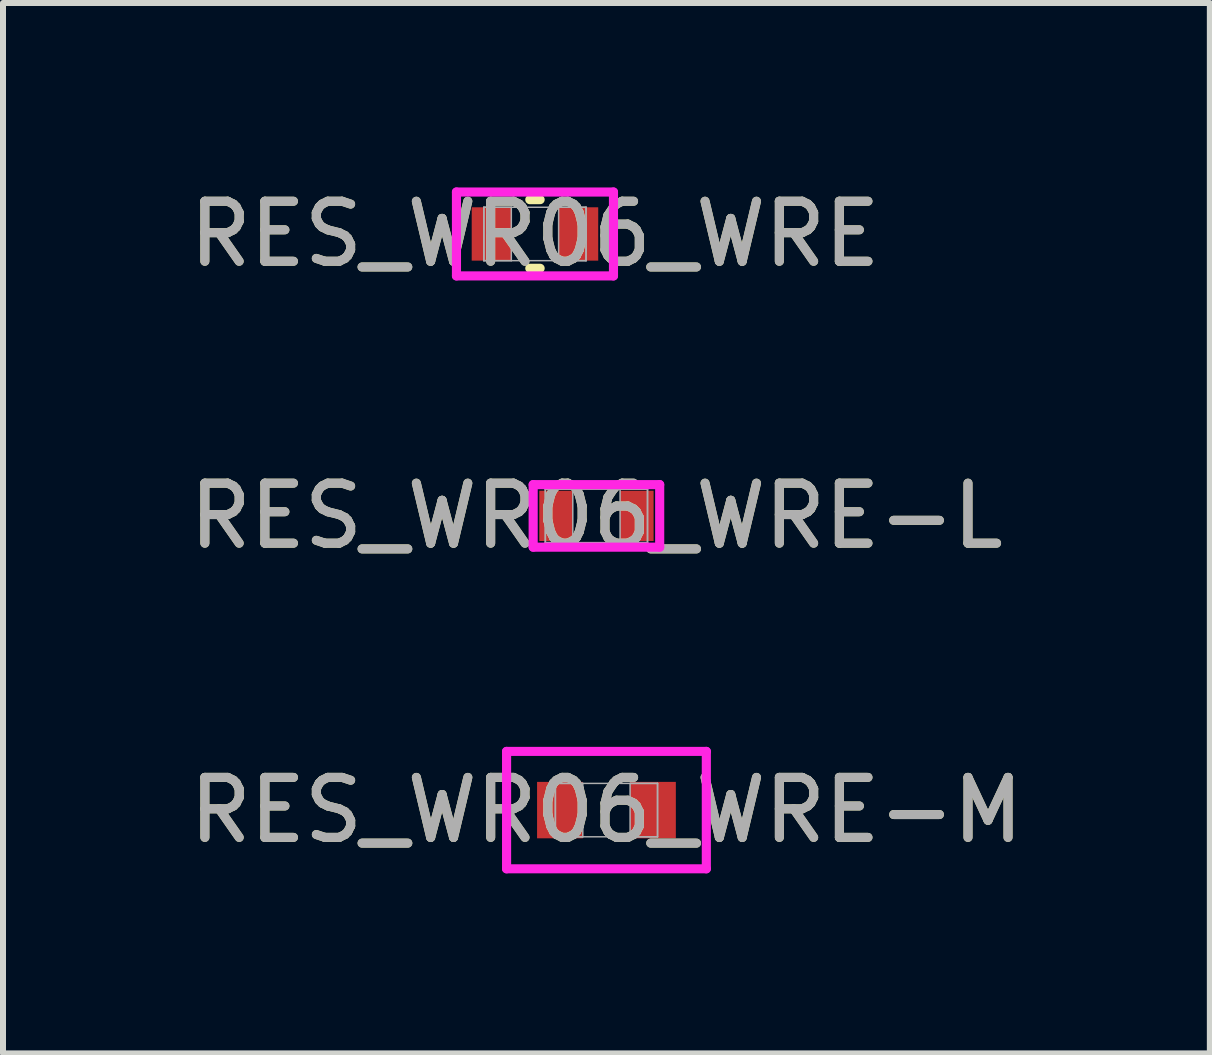
<source format=kicad_pcb>
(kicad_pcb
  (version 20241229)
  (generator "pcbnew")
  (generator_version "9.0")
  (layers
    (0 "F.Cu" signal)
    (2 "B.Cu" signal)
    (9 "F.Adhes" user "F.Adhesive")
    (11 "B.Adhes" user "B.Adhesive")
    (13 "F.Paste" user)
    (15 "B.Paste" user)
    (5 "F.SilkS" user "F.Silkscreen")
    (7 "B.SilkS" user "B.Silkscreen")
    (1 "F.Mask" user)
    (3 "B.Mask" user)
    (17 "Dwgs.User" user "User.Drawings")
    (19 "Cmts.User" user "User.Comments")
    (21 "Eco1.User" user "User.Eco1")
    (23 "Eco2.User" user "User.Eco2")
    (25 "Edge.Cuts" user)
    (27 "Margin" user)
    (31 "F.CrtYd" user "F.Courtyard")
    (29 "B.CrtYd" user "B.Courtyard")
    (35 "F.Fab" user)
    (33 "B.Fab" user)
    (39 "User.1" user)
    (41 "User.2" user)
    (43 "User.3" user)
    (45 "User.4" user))
  (footprint "RES_WR06_WRE"
    (layer "F.Cu")
    (at 5.863 0.848)
    (property "Reference" "RES_WR06_WRE" (at 0 0 0) (unlocked yes) (layer "F.SilkS") (effects (font (size 1 1) (thickness 0.15))))
    (attr smd)
    (fp_line (start -0.086 0.572) (end 0.086 0.572) (stroke (width 0.152) (type solid)) (layer "F.SilkS"))
    (fp_line (start 0.086 -0.572) (end -0.086 -0.572) (stroke (width 0.152) (type solid)) (layer "F.SilkS"))
    (fp_line (start -1.308 -0.699) (end 1.308 -0.699) (stroke (width 0.152) (type solid)) (layer "F.CrtYd"))
    (fp_line (start -1.308 0.699) (end -1.308 -0.699) (stroke (width 0.152) (type solid)) (layer "F.CrtYd"))
    (fp_line (start 1.308 -0.699) (end 1.308 0.699) (stroke (width 0.152) (type solid)) (layer "F.CrtYd"))
    (fp_line (start 1.308 0.699) (end -1.308 0.699) (stroke (width 0.152) (type solid)) (layer "F.CrtYd"))
    (fp_line (start -0.851 -0.445) (end -0.851 0.445) (stroke (width 0.025) (type solid)) (layer "F.Fab"))
    (fp_line (start -0.851 -0.445) (end -0.851 0.445) (stroke (width 0.025) (type solid)) (layer "F.Fab"))
    (fp_line (start -0.851 0.445) (end -0.394 0.445) (stroke (width 0.025) (type solid)) (layer "F.Fab"))
    (fp_line (start -0.851 0.445) (end 0.851 0.445) (stroke (width 0.025) (type solid)) (layer "F.Fab"))
    (fp_line (start -0.394 -0.445) (end -0.851 -0.445) (stroke (width 0.025) (type solid)) (layer "F.Fab"))
    (fp_line (start -0.394 0.445) (end -0.394 -0.445) (stroke (width 0.025) (type solid)) (layer "F.Fab"))
    (fp_line (start 0.394 -0.445) (end 0.394 0.445) (stroke (width 0.025) (type solid)) (layer "F.Fab"))
    (fp_line (start 0.394 0.445) (end 0.851 0.445) (stroke (width 0.025) (type solid)) (layer "F.Fab"))
    (fp_line (start 0.851 -0.445) (end -0.851 -0.445) (stroke (width 0.025) (type solid)) (layer "F.Fab"))
    (fp_line (start 0.851 -0.445) (end 0.394 -0.445) (stroke (width 0.025) (type solid)) (layer "F.Fab"))
    (fp_line (start 0.851 0.445) (end 0.851 -0.445) (stroke (width 0.025) (type solid)) (layer "F.Fab"))
    (fp_line (start 0.851 0.445) (end 0.851 -0.445) (stroke (width 0.025) (type solid)) (layer "F.Fab"))
    (fp_text user "${REFERENCE}" (at 0 0 0) (unlocked yes) (layer "F.Fab") (effects (font (size 1 1) (thickness 0.15))))
    (pad "1" smd rect (at -0.724 0) (size 0.66 0.889) (layers "F.Cu" "F.Mask" "F.Paste"))
    (pad "2" smd rect (at 0.724 0) (size 0.66 0.889) (layers "F.Cu" "F.Mask" "F.Paste"))
    (zone (net_name "") (layer "F.Cu") (hatch full 0.508) (connect_pads) (min_thickness 0.254) (filled_areas_thickness no) (keepout (tracks not_allowed) (vias not_allowed) (pads allowed) (copperpour not_allowed) (footprints allowed)) (placement (enabled no)) (fill) (polygon (pts (xy 5.52 0.455) (xy 6.206 0.455) (xy 6.206 1.242) (xy 5.52 1.242)))))
  (footprint "RES_WR06_WRE-M"
    (layer "F.Cu")
    (at 7.054 10.447)
    (property "Reference" "RES_WR06_WRE-M" (at 0 0 0) (unlocked yes) (layer "F.SilkS") (effects (font (size 1 1) (thickness 0.15))))
    (attr smd)
    (fp_line (start -1.664 -0.978) (end 1.664 -0.978) (stroke (width 0.152) (type solid)) (layer "F.CrtYd"))
    (fp_line (start -1.664 0.978) (end -1.664 -0.978) (stroke (width 0.152) (type solid)) (layer "F.CrtYd"))
    (fp_line (start 1.664 -0.978) (end 1.664 0.978) (stroke (width 0.152) (type solid)) (layer "F.CrtYd"))
    (fp_line (start 1.664 0.978) (end -1.664 0.978) (stroke (width 0.152) (type solid)) (layer "F.CrtYd"))
    (fp_line (start -0.851 -0.445) (end -0.851 0.445) (stroke (width 0.025) (type solid)) (layer "F.Fab"))
    (fp_line (start -0.851 -0.445) (end -0.851 0.445) (stroke (width 0.025) (type solid)) (layer "F.Fab"))
    (fp_line (start -0.851 0.445) (end -0.394 0.445) (stroke (width 0.025) (type solid)) (layer "F.Fab"))
    (fp_line (start -0.851 0.445) (end 0.851 0.445) (stroke (width 0.025) (type solid)) (layer "F.Fab"))
    (fp_line (start -0.394 -0.445) (end -0.851 -0.445) (stroke (width 0.025) (type solid)) (layer "F.Fab"))
    (fp_line (start -0.394 0.445) (end -0.394 -0.445) (stroke (width 0.025) (type solid)) (layer "F.Fab"))
    (fp_line (start 0.394 -0.445) (end 0.394 0.445) (stroke (width 0.025) (type solid)) (layer "F.Fab"))
    (fp_line (start 0.394 0.445) (end 0.851 0.445) (stroke (width 0.025) (type solid)) (layer "F.Fab"))
    (fp_line (start 0.851 -0.445) (end -0.851 -0.445) (stroke (width 0.025) (type solid)) (layer "F.Fab"))
    (fp_line (start 0.851 -0.445) (end 0.394 -0.445) (stroke (width 0.025) (type solid)) (layer "F.Fab"))
    (fp_line (start 0.851 0.445) (end 0.851 -0.445) (stroke (width 0.025) (type solid)) (layer "F.Fab"))
    (fp_line (start 0.851 0.445) (end 0.851 -0.445) (stroke (width 0.025) (type solid)) (layer "F.Fab"))
    (fp_text user "${REFERENCE}" (at 0 0 0) (unlocked yes) (layer "F.Fab") (effects (font (size 1 1) (thickness 0.15))))
    (pad "1" smd rect (at -0.775 0) (size 0.762 0.94) (layers "F.Cu" "F.Mask" "F.Paste"))
    (pad "2" smd rect (at 0.775 0) (size 0.762 0.94) (layers "F.Cu" "F.Mask" "F.Paste"))
    (zone (net_name "") (layer "F.Cu") (hatch full 0.508) (connect_pads) (min_thickness 0.254) (filled_areas_thickness no) (keepout (tracks not_allowed) (vias not_allowed) (pads allowed) (copperpour not_allowed) (footprints allowed)) (placement (enabled no)) (fill) (polygon (pts (xy 6.711 10.053) (xy 7.396 10.053) (xy 7.396 10.841) (xy 6.711 10.841)))))
  (footprint "RES_WR06_WRE-L"
    (layer "F.Cu")
    (at 6.887 5.545)
    (property "Reference" "RES_WR06_WRE-L" (at 0 0 0) (unlocked yes) (layer "F.SilkS") (effects (font (size 1 1) (thickness 0.15))))
    (attr smd)
    (fp_line (start -1.054 -0.521) (end 1.054 -0.521) (stroke (width 0.152) (type solid)) (layer "F.CrtYd"))
    (fp_line (start -1.054 0.521) (end -1.054 -0.521) (stroke (width 0.152) (type solid)) (layer "F.CrtYd"))
    (fp_line (start 1.054 -0.521) (end 1.054 0.521) (stroke (width 0.152) (type solid)) (layer "F.CrtYd"))
    (fp_line (start 1.054 0.521) (end -1.054 0.521) (stroke (width 0.152) (type solid)) (layer "F.CrtYd"))
    (fp_line (start -0.851 -0.445) (end -0.851 0.445) (stroke (width 0.025) (type solid)) (layer "F.Fab"))
    (fp_line (start -0.851 -0.445) (end -0.851 0.445) (stroke (width 0.025) (type solid)) (layer "F.Fab"))
    (fp_line (start -0.851 0.445) (end -0.394 0.445) (stroke (width 0.025) (type solid)) (layer "F.Fab"))
    (fp_line (start -0.851 0.445) (end 0.851 0.445) (stroke (width 0.025) (type solid)) (layer "F.Fab"))
    (fp_line (start -0.394 -0.445) (end -0.851 -0.445) (stroke (width 0.025) (type solid)) (layer "F.Fab"))
    (fp_line (start -0.394 0.445) (end -0.394 -0.445) (stroke (width 0.025) (type solid)) (layer "F.Fab"))
    (fp_line (start 0.394 -0.445) (end 0.394 0.445) (stroke (width 0.025) (type solid)) (layer "F.Fab"))
    (fp_line (start 0.394 0.445) (end 0.851 0.445) (stroke (width 0.025) (type solid)) (layer "F.Fab"))
    (fp_line (start 0.851 -0.445) (end -0.851 -0.445) (stroke (width 0.025) (type solid)) (layer "F.Fab"))
    (fp_line (start 0.851 -0.445) (end 0.394 -0.445) (stroke (width 0.025) (type solid)) (layer "F.Fab"))
    (fp_line (start 0.851 0.445) (end 0.851 -0.445) (stroke (width 0.025) (type solid)) (layer "F.Fab"))
    (fp_line (start 0.851 0.445) (end 0.851 -0.445) (stroke (width 0.025) (type solid)) (layer "F.Fab"))
    (fp_text user "${REFERENCE}" (at 0 0 0) (unlocked yes) (layer "F.Fab") (effects (font (size 1 1) (thickness 0.15))))
    (pad "1" smd rect (at -0.673 0) (size 0.559 0.838) (layers "F.Cu" "F.Mask" "F.Paste"))
    (pad "2" smd rect (at 0.673 0) (size 0.559 0.838) (layers "F.Cu" "F.Mask" "F.Paste"))
    (zone (net_name "") (layer "F.Cu") (hatch full 0.508) (connect_pads) (min_thickness 0.254) (filled_areas_thickness no) (keepout (tracks not_allowed) (vias not_allowed) (pads allowed) (copperpour not_allowed) (footprints allowed)) (placement (enabled no)) (fill) (polygon (pts (xy 6.544 5.151) (xy 7.23 5.151) (xy 7.23 5.938) (xy 6.544 5.938)))))
  (gr_rect
    (start -3 -3)
    (end 17.107 14.501)
    (stroke (width 0.1) (type default))
    (fill no)
    (layer "Edge.Cuts")))
</source>
